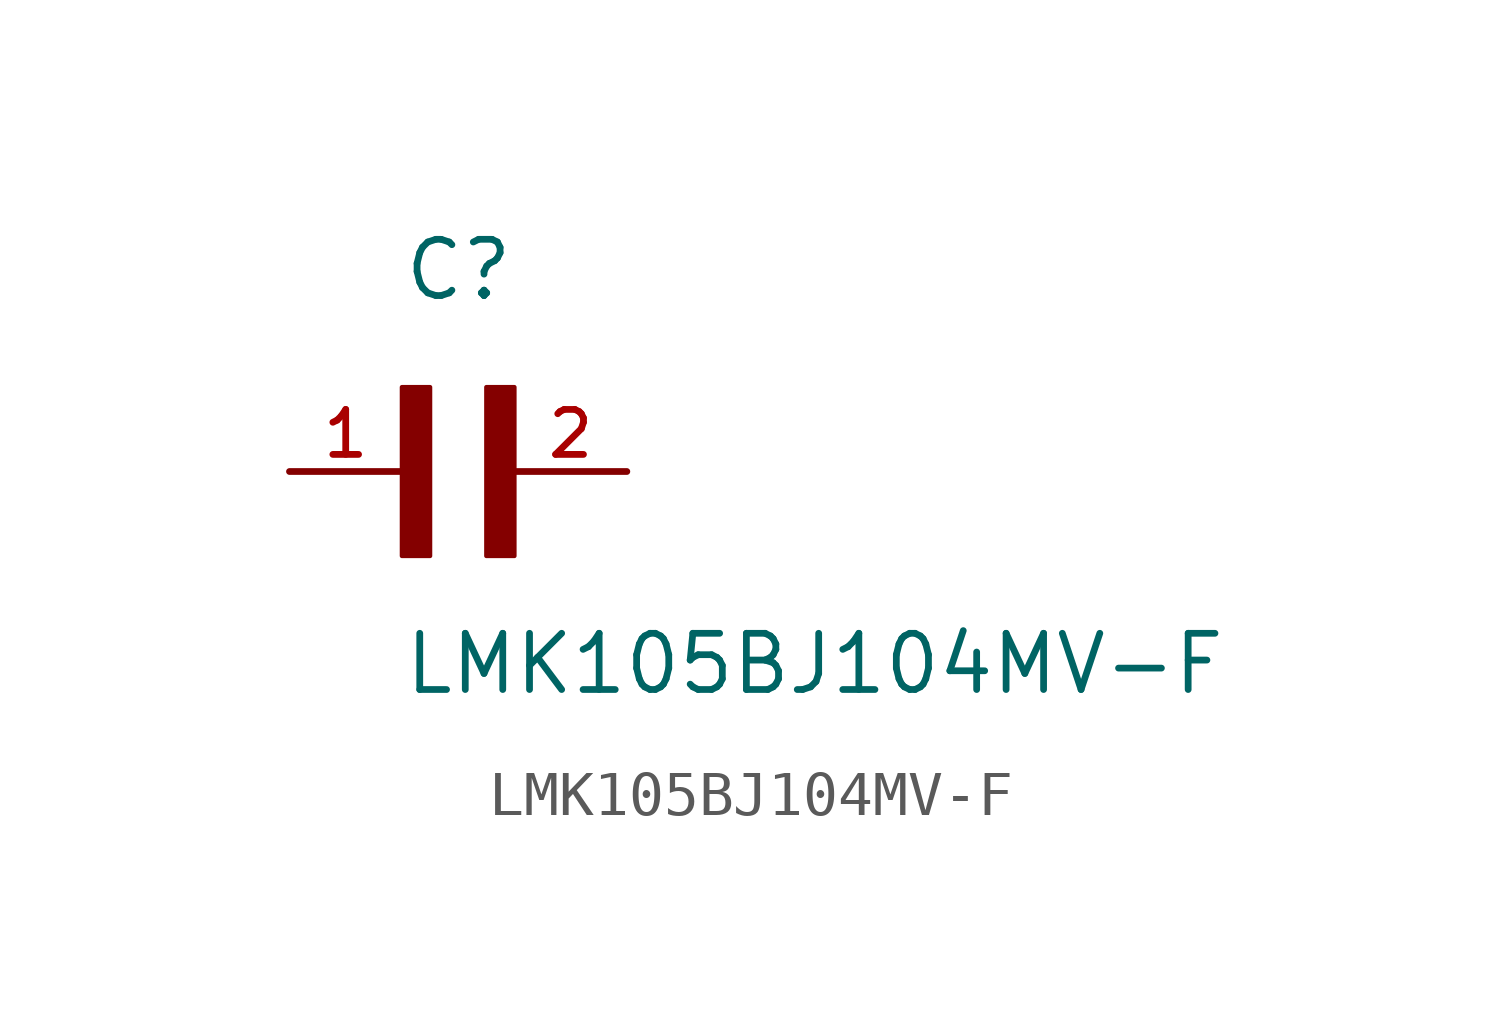
<source format=kicad_sym>
(kicad_symbol_lib
  (version 20211014)
  (generator kicad_symbol_editor)
  (symbol "LMK105BJ104MV-F"
    (pin_names
      (offset 1.016))
    (property "Reference" "C"
      (at 0.0 3.811 0)
      (effects (font (size 1.27 1.27)) (justify bottom left)))
    (property "Value" "LMK105BJ104MV-F"
      (at 0.0 -5.088 0)
      (effects (font (size 1.27 1.27)) (justify bottom left)))
    (symbol "LMK105BJ104MV-F_0_0"
      (rectangle (start 0.0 -1.907) (end 0.635 1.905) (stroke (width 0.1)) (fill (type outline)))
      (rectangle (start 1.907 -1.907) (end 2.54 1.905) (stroke (width 0.1)) (fill (type outline)))
      (pin passive line (at 5.08 0.0 180.0) (length 2.54) (name "~" (effects (font (size 1.016 1.016)))) (number "2" (effects (font (size 1.016 1.016)))))
      (pin passive line (at -2.54 0.0 0) (length 2.54) (name "~" (effects (font (size 1.016 1.016)))) (number "1" (effects (font (size 1.016 1.016))))))))
</source>
